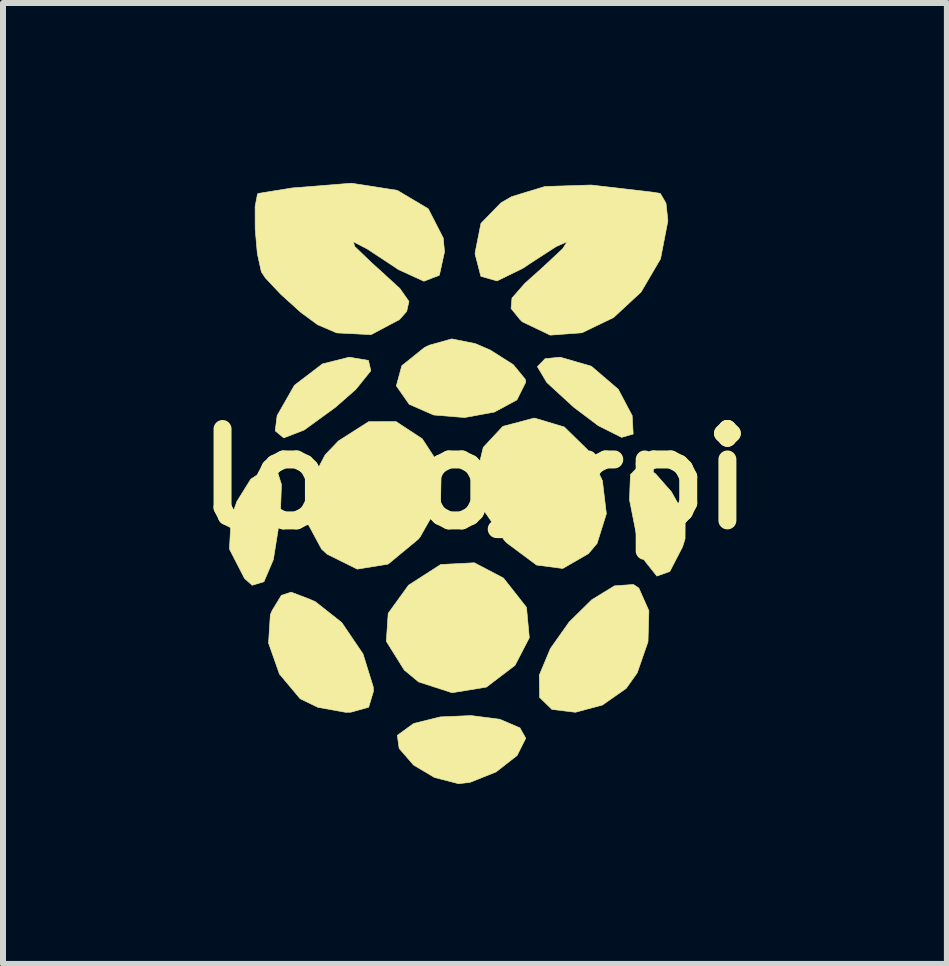
<source format=kicad_pcb>
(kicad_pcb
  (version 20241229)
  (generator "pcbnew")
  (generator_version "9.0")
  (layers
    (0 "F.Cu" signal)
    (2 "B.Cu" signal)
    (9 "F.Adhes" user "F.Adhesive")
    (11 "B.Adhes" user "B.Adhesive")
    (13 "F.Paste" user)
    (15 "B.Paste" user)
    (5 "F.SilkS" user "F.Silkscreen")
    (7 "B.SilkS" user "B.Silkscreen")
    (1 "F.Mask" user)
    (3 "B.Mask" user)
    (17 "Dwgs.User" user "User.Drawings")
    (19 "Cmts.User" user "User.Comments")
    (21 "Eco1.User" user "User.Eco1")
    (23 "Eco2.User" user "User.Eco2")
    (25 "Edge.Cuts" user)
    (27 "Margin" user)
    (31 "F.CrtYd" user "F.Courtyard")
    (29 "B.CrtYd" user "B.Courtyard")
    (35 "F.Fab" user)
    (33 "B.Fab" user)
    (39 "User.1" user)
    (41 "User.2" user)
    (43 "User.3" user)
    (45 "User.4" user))
  (footprint "logo_rpi"
    (layer "F.Cu")
    (at 4.87 4.938)
    (property "Reference" "logo_rpi" (at 0 0 0) (layer "F.SilkS") (effects (font (size 1.524 1.524) (thickness 0.3))))
    (attr through_hole)
    (fp_poly (pts (xy -1.776 -1.978) (xy -1.737 -1.805) (xy -1.987 -1.495) (xy -2.325 -1.198) (xy -2.848 -0.818) (xy -3.189 -0.686) (xy -3.331 -0.804) (xy -3.299 -1.058) (xy -3.01 -1.564) (xy -2.543 -1.92) (xy -2.098 -2.032) (xy -1.776 -1.978)) (stroke (width 0.01) (type solid)) (fill yes) (layer "F.SilkS"))
    (fp_poly (pts (xy 1.941 -1.881) (xy 2.389 -1.497) (xy 2.621 -1.058) (xy 2.638 -0.751) (xy 2.445 -0.695) (xy 2.058 -0.889) (xy 1.647 -1.198) (xy 1.198 -1.61) (xy 1.041 -1.874) (xy 1.17 -2.007) (xy 1.421 -2.032) (xy 1.941 -1.881)) (stroke (width 0.01) (type solid)) (fill yes) (layer "F.SilkS"))
    (fp_poly (pts (xy 3.006 -0.093) (xy 3.274 0.211) (xy 3.505 0.62) (xy 3.503 0.996) (xy 3.462 1.129) (xy 3.249 1.541) (xy 3.033 1.618) (xy 2.829 1.361) (xy 2.709 1.014) (xy 2.577 0.347) (xy 2.592 -0.074) (xy 2.741 -0.228) (xy 3.006 -0.093)) (stroke (width 0.01) (type solid)) (fill yes) (layer "F.SilkS"))
    (fp_poly (pts (xy 0.475 1.651) (xy 0.859 2.139) (xy 0.906 2.646) (xy 0.668 3.106) (xy 0.191 3.469) (xy -0.382 3.563) (xy -0.939 3.383) (xy -1.179 3.185) (xy -1.478 2.706) (xy -1.447 2.239) (xy -1.108 1.77) (xy -0.572 1.425) (xy -0.011 1.396) (xy 0.475 1.651)) (stroke (width 0.01) (type solid)) (fill yes) (layer "F.SilkS"))
    (fp_poly (pts (xy -3.293 -0.118) (xy -3.227 0.09) (xy -3.243 0.534) (xy -3.257 0.687) (xy -3.362 1.344) (xy -3.519 1.712) (xy -3.715 1.771) (xy -3.842 1.658) (xy -4.094 1.168) (xy -4.065 0.641) (xy -3.969 0.372) (xy -3.738 0.001) (xy -3.48 -0.168) (xy -3.458 -0.169) (xy -3.293 -0.118)) (stroke (width 0.01) (type solid)) (fill yes) (layer "F.SilkS"))
    (fp_poly (pts (xy 0.413 4.005) (xy 0.749 4.149) (xy 0.847 4.322) (xy 0.702 4.61) (xy 0.351 4.884) (xy -0.08 5.057) (xy -0.273 5.08) (xy -0.676 4.976) (xy -1.024 4.769) (xy -1.264 4.492) (xy -1.295 4.274) (xy -1.023 4.076) (xy -0.578 3.966) (xy -0.065 3.944) (xy 0.413 4.005)) (stroke (width 0.01) (type solid)) (fill yes) (layer "F.SilkS"))
    (fp_poly (pts (xy -0.879 -0.671) (xy -0.562 -0.185) (xy -0.574 0.364) (xy -0.915 0.965) (xy -0.946 1.003) (xy -1.448 1.418) (xy -1.963 1.502) (xy -2.465 1.253) (xy -2.558 1.168) (xy -2.81 0.7) (xy -2.785 0.147) (xy -2.499 -0.403) (xy -2.277 -0.635) (xy -1.773 -0.957) (xy -1.316 -0.958) (xy -0.879 -0.671)) (stroke (width 0.01) (type solid)) (fill yes) (layer "F.SilkS"))
    (fp_poly (pts (xy 0.007 -2.258) (xy 0.258 -2.149) (xy 0.638 -1.908) (xy 0.838 -1.665) (xy 0.847 -1.617) (xy 0.699 -1.32) (xy 0.324 -1.117) (xy -0.173 -1.026) (xy -0.689 -1.068) (xy -1.096 -1.246) (xy -1.311 -1.554) (xy -1.22 -1.89) (xy -0.842 -2.193) (xy -0.762 -2.232) (xy -0.387 -2.337) (xy 0.007 -2.258)) (stroke (width 0.01) (type solid)) (fill yes) (layer "F.SilkS"))
    (fp_poly (pts (xy 2.732 1.818) (xy 2.9 2.197) (xy 2.885 2.714) (xy 2.705 3.232) (xy 2.521 3.491) (xy 2.125 3.768) (xy 1.674 3.889) (xy 1.283 3.841) (xy 1.078 3.642) (xy 1.073 3.269) (xy 1.258 2.826) (xy 1.57 2.385) (xy 1.947 2.013) (xy 2.326 1.781) (xy 2.642 1.758) (xy 2.732 1.818)) (stroke (width 0.01) (type solid)) (fill yes) (layer "F.SilkS"))
    (fp_poly (pts (xy 1.489 -0.868) (xy 1.878 -0.488) (xy 2.125 0.027) (xy 2.191 0.579) (xy 2.036 1.073) (xy 1.892 1.244) (xy 1.464 1.491) (xy 1.027 1.434) (xy 0.532 1.065) (xy 0.495 1.029) (xy 0.134 0.503) (xy 0.021 -0.042) (xy 0.138 -0.528) (xy 0.465 -0.879) (xy 0.984 -1.016) (xy 0.995 -1.016) (xy 1.489 -0.868)) (stroke (width 0.01) (type solid)) (fill yes) (layer "F.SilkS"))
    (fp_poly (pts (xy -2.755 2.004) (xy -2.661 2.046) (xy -2.222 2.392) (xy -1.867 2.916) (xy -1.697 3.464) (xy -1.693 3.54) (xy -1.773 3.805) (xy -2.071 3.888) (xy -2.159 3.889) (xy -2.62 3.806) (xy -2.914 3.664) (xy -3.261 3.25) (xy -3.442 2.735) (xy -3.412 2.261) (xy -3.381 2.19) (xy -3.228 1.939) (xy -3.065 1.886) (xy -2.755 2.004)) (stroke (width 0.01) (type solid)) (fill yes) (layer "F.SilkS"))
    (fp_poly (pts (xy 2.967 -4.783) (xy 3.09 -4.763) (xy 3.185 -4.6) (xy 3.217 -4.307) (xy 3.094 -3.672) (xy 2.77 -3.119) (xy 2.311 -2.693) (xy 1.783 -2.439) (xy 1.254 -2.4) (xy 0.79 -2.622) (xy 0.752 -2.659) (xy 0.602 -2.844) (xy 0.617 -3.018) (xy 0.831 -3.262) (xy 1.121 -3.522) (xy 1.462 -3.84) (xy 1.537 -3.958) (xy 1.353 -3.876) (xy 0.918 -3.595) (xy 0.805 -3.518) (xy 0.368 -3.304) (xy 0.098 -3.381) (xy 0.003 -3.747) (xy 0.003 -3.778) (xy 0.1 -4.264) (xy 0.435 -4.607) (xy 0.611 -4.709) (xy 1.165 -4.878) (xy 1.936 -4.903) (xy 2.967 -4.783)) (stroke (width 0.01) (type solid)) (fill yes) (layer "F.SilkS"))
    (fp_poly (pts (xy -1.296 -4.814) (xy -0.779 -4.507) (xy -0.529 -4.019) (xy -0.508 -3.788) (xy -0.594 -3.398) (xy -0.852 -3.299) (xy -1.278 -3.494) (xy -1.313 -3.518) (xy -1.797 -3.837) (xy -2.029 -3.957) (xy -2.005 -3.878) (xy -1.716 -3.599) (xy -1.629 -3.522) (xy -1.252 -3.177) (xy -1.101 -2.962) (xy -1.139 -2.794) (xy -1.26 -2.659) (xy -1.732 -2.408) (xy -2.305 -2.437) (xy -2.625 -2.574) (xy -2.906 -2.781) (xy -3.238 -3.081) (xy -3.496 -3.355) (xy -3.562 -3.455) (xy -3.629 -3.759) (xy -3.665 -4.169) (xy -3.666 -4.546) (xy -3.626 -4.754) (xy -3.612 -4.763) (xy -3.35 -4.805) (xy -3.048 -4.854) (xy -2.059 -4.933) (xy -1.296 -4.814)) (stroke (width 0.01) (type solid)) (fill yes) (layer "F.SilkS")))
  (gr_rect
    (start -3 -3)
    (end 12.739 13.023)
    (stroke (width 0.1) (type default))
    (fill no)
    (layer "Edge.Cuts")))
</source>
